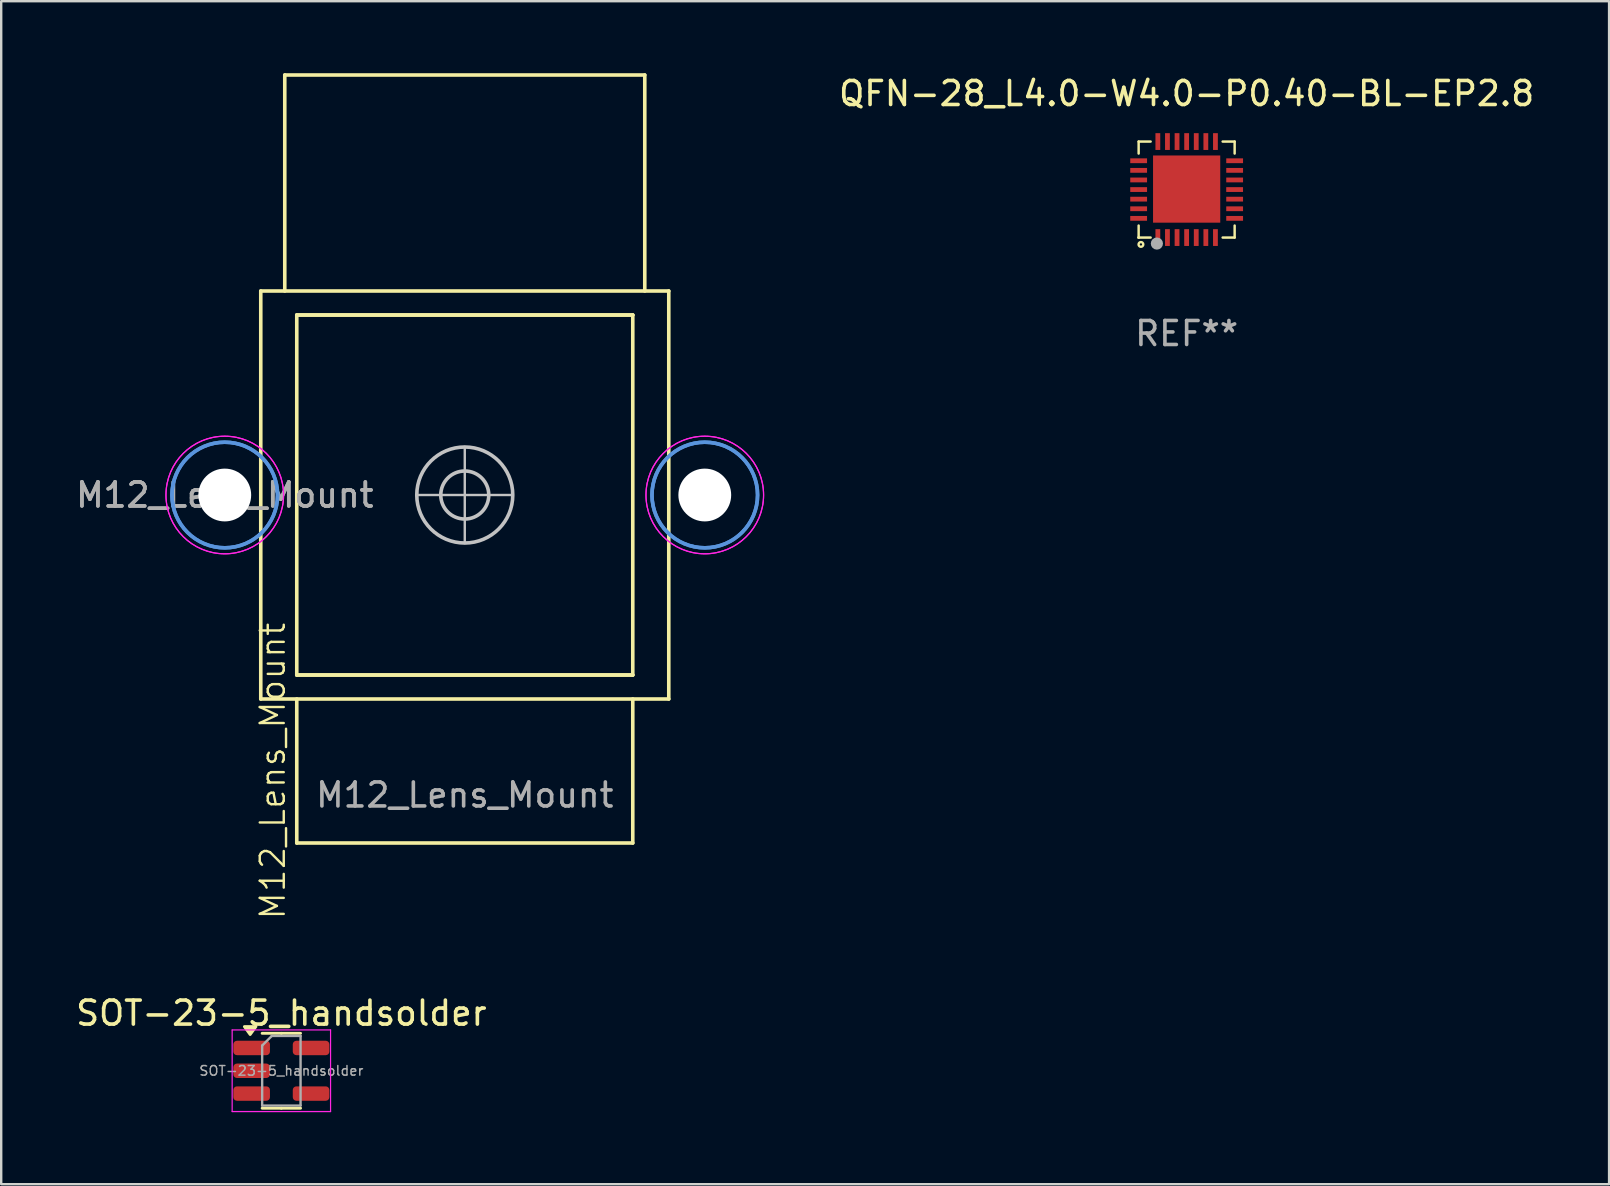
<source format=kicad_pcb>
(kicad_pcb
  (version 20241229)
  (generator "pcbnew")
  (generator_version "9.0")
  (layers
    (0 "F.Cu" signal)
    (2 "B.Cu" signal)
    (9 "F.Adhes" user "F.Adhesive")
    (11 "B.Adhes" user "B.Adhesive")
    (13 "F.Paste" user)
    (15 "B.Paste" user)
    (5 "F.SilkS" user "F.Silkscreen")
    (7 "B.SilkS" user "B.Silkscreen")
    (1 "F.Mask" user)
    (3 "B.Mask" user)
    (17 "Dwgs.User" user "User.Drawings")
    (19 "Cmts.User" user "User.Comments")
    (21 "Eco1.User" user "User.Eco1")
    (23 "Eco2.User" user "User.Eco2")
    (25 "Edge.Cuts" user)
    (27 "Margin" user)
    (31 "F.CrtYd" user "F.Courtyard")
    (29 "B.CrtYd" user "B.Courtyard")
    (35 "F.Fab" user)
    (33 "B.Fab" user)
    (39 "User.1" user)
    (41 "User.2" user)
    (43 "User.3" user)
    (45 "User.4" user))
  (footprint "M12_Lens_Mount"
    (layer "F.Cu")
    (at 16.315 17.575)
    (property "Reference" "M12_Lens_Mount" (at -8 11.5 90) (unlocked yes) (layer "F.SilkS") (effects (font (size 1 1) (thickness 0.1))))
    (fp_line (start -8.5 -8.5) (end -8.5 8.5) (stroke (width 0.15) (type default)) (layer "F.SilkS"))
    (fp_line (start -8.5 -8.5) (end 8.5 -8.5) (stroke (width 0.15) (type default)) (layer "F.SilkS"))
    (fp_line (start -7.5 -8.5) (end -7.5 -17.5) (stroke (width 0.15) (type default)) (layer "F.SilkS"))
    (fp_line (start -7 -7.5) (end 7 -7.5) (stroke (width 0.15) (type default)) (layer "F.SilkS"))
    (fp_line (start -7 -7.5) (end 7 -7.5) (stroke (width 0.15) (type default)) (layer "F.SilkS"))
    (fp_line (start -7 7.5) (end -7 -7.5) (stroke (width 0.15) (type default)) (layer "F.SilkS"))
    (fp_line (start -7 7.5) (end 7 7.5) (stroke (width 0.15) (type default)) (layer "F.SilkS"))
    (fp_line (start -7 8.5) (end -7 14.5) (stroke (width 0.15) (type default)) (layer "F.SilkS"))
    (fp_line (start -7 14.5) (end 7 14.5) (stroke (width 0.15) (type default)) (layer "F.SilkS"))
    (fp_line (start 7 -7.5) (end 7 7.5) (stroke (width 0.15) (type default)) (layer "F.SilkS"))
    (fp_line (start 7 7.5) (end -7 7.5) (stroke (width 0.15) (type default)) (layer "F.SilkS"))
    (fp_line (start 7 14.5) (end 7 8.5) (stroke (width 0.15) (type default)) (layer "F.SilkS"))
    (fp_line (start 7.5 -17.5) (end -7.5 -17.5) (stroke (width 0.15) (type default)) (layer "F.SilkS"))
    (fp_line (start 7.5 -8.5) (end 7.5 -17.5) (stroke (width 0.15) (type default)) (layer "F.SilkS"))
    (fp_line (start 8.5 8.5) (end -8.5 8.5) (stroke (width 0.15) (type default)) (layer "F.SilkS"))
    (fp_line (start 8.5 8.5) (end 8.5 -8.5) (stroke (width 0.15) (type default)) (layer "F.SilkS"))
    (fp_line (start 0 -2) (end 0 2) (stroke (width 0.1) (type default)) (layer "Dwgs.User"))
    (fp_line (start 2 0) (end -2 0) (stroke (width 0.1) (type default)) (layer "Dwgs.User"))
    (fp_circle (center 0 0) (end 1 0) (stroke (width 0.15) (type default)) (fill no) (layer "Dwgs.User"))
    (fp_circle (center 0 0) (end 2 0) (stroke (width 0.15) (type default)) (fill no) (layer "Dwgs.User"))
    (fp_circle (center -10 0) (end -10 -2.2) (stroke (width 0.15) (type solid)) (fill no) (layer "Cmts.User"))
    (fp_circle (center -10 0) (end -10 -2.2) (stroke (width 0.15) (type solid)) (fill no) (layer "Cmts.User"))
    (fp_circle (center 10 0) (end 10 -2.2) (stroke (width 0.15) (type solid)) (fill no) (layer "Cmts.User"))
    (fp_circle (center 10 0) (end 10 -2.2) (stroke (width 0.15) (type solid)) (fill no) (layer "Cmts.User"))
    (fp_circle (center -10 0) (end -10 -2.45) (stroke (width 0.05) (type solid)) (fill no) (layer "F.CrtYd"))
    (fp_circle (center -10 0) (end -10 -2.45) (stroke (width 0.05) (type solid)) (fill no) (layer "F.CrtYd"))
    (fp_circle (center 10 0) (end 10 -2.45) (stroke (width 0.05) (type solid)) (fill no) (layer "F.CrtYd"))
    (fp_circle (center 10 0) (end 10 -2.45) (stroke (width 0.05) (type solid)) (fill no) (layer "F.CrtYd"))
    (fp_text user "${REFERENCE}" (at -10 0 0) (layer "F.Fab") (effects (font (size 1 1) (thickness 0.15))))
    (fp_text user "${REFERENCE}" (at 0 12.5 0) (unlocked yes) (layer "F.Fab") (effects (font (size 1 1) (thickness 0.15))))
    (fp_text user "${REFERENCE}" (at -10 0 0) (layer "F.Fab") (effects (font (size 1 1) (thickness 0.15))))
    (pad "" np_thru_hole circle (at -10 0) (size 2.2 2.2) (drill 2.2) (layers "*.Cu" "*.Mask"))
    (pad "" np_thru_hole circle (at 10 0) (size 2.2 2.2) (drill 2.2) (layers "*.Cu" "*.Mask"))
    (zone (net_name "") (layer "User.6") (hatch edge 0.5) (connect_pads) (min_thickness 0.25) (filled_areas_thickness no) (keepout (tracks allowed) (vias allowed) (pads allowed) (copperpour allowed) (footprints not_allowed)) (placement (enabled no)) (fill) (polygon (pts (xy 8.815 9.075) (xy 8.815 0.075) (xy 23.815 0.075) (xy 23.815 9.075))))
    (zone (net_name "") (layer "User.6") (hatch edge 0.5) (connect_pads) (min_thickness 0.25) (filled_areas_thickness no) (keepout (tracks allowed) (vias allowed) (pads allowed) (copperpour allowed) (footprints not_allowed)) (placement (enabled no)) (fill) (polygon (pts (xy 24.815 9.075) (xy 7.815 9.075) (xy 7.815 26.075) (xy 9.315 26.075) (xy 9.315 10.075) (xy 23.315 10.075) (xy 23.315 26.075) (xy 24.815 26.075)))))
  (footprint "QFN-28_L4.0-W4.0-P0.40-BL-EP2.8"
    (layer "F.Cu")
    (at 46.392 4.848)
    (property "Reference" "QFN-28_L4.0-W4.0-P0.40-BL-EP2.8" (at 0 -4 0) (layer "F.SilkS") (effects (font (size 1 1) (thickness 0.15))))
    (attr smd)
    (fp_line (start -2 -2) (end -1.5 -2) (stroke (width 0.102) (type solid)) (layer "F.SilkS"))
    (fp_line (start -2 -1.5) (end -2 -2) (stroke (width 0.102) (type solid)) (layer "F.SilkS"))
    (fp_line (start -2 2) (end -2 1.5) (stroke (width 0.102) (type solid)) (layer "F.SilkS"))
    (fp_line (start -1.5 2) (end -2 2) (stroke (width 0.102) (type solid)) (layer "F.SilkS"))
    (fp_line (start 1.5 -2) (end 2 -2) (stroke (width 0.102) (type solid)) (layer "F.SilkS"))
    (fp_line (start 2 -2) (end 2 -1.5) (stroke (width 0.102) (type solid)) (layer "F.SilkS"))
    (fp_line (start 2 1.5) (end 2 2) (stroke (width 0.102) (type solid)) (layer "F.SilkS"))
    (fp_line (start 2 2) (end 1.5 2) (stroke (width 0.102) (type solid)) (layer "F.SilkS"))
    (fp_circle (center -2 2) (end -1.97 2) (stroke (width 0.06) (type solid)) (fill no) (layer "F.SilkS"))
    (fp_circle (center -1.905 2.286) (end -1.806 2.286) (stroke (width 0.1) (type solid)) (fill no) (layer "F.SilkS"))
    (fp_circle (center -1.24 2.25) (end -1.113 2.25) (stroke (width 0.254) (type solid)) (fill no) (layer "F.Fab"))
    (fp_text user "REF**" (at 0 6 0) (layer "F.Fab") (effects (font (size 1 1) (thickness 0.15))))
    (pad "1" smd rect (at -1.2 2) (size 0.2 0.7) (layers "F.Cu" "F.Mask" "F.Paste"))
    (pad "2" smd rect (at -0.8 2) (size 0.2 0.7) (layers "F.Cu" "F.Mask" "F.Paste"))
    (pad "3" smd rect (at -0.4 2) (size 0.2 0.7) (layers "F.Cu" "F.Mask" "F.Paste"))
    (pad "4" smd rect (at -0.001 2) (size 0.2 0.7) (layers "F.Cu" "F.Mask" "F.Paste"))
    (pad "5" smd rect (at 0.4 2) (size 0.2 0.7) (layers "F.Cu" "F.Mask" "F.Paste"))
    (pad "6" smd rect (at 0.8 2) (size 0.2 0.7) (layers "F.Cu" "F.Mask" "F.Paste"))
    (pad "7" smd rect (at 1.2 2) (size 0.2 0.7) (layers "F.Cu" "F.Mask" "F.Paste"))
    (pad "8" smd rect (at 2 1.2) (size 0.7 0.2) (layers "F.Cu" "F.Mask" "F.Paste"))
    (pad "9" smd rect (at 2 0.8) (size 0.7 0.2) (layers "F.Cu" "F.Mask" "F.Paste"))
    (pad "10" smd rect (at 2 0.4) (size 0.7 0.2) (layers "F.Cu" "F.Mask" "F.Paste"))
    (pad "11" smd rect (at 1.999 0) (size 0.7 0.2) (layers "F.Cu" "F.Mask" "F.Paste"))
    (pad "12" smd rect (at 2 -0.4) (size 0.7 0.2) (layers "F.Cu" "F.Mask" "F.Paste"))
    (pad "13" smd rect (at 2 -0.8) (size 0.7 0.2) (layers "F.Cu" "F.Mask" "F.Paste"))
    (pad "14" smd rect (at 2 -1.2) (size 0.7 0.2) (layers "F.Cu" "F.Mask" "F.Paste"))
    (pad "15" smd rect (at 1.2 -2) (size 0.2 0.7) (layers "F.Cu" "F.Mask" "F.Paste"))
    (pad "16" smd rect (at 0.8 -2) (size 0.2 0.7) (layers "F.Cu" "F.Mask" "F.Paste"))
    (pad "17" smd rect (at 0.4 -2) (size 0.2 0.7) (layers "F.Cu" "F.Mask" "F.Paste"))
    (pad "18" smd rect (at 0 -2) (size 0.2 0.7) (layers "F.Cu" "F.Mask" "F.Paste"))
    (pad "19" smd rect (at -0.4 -2) (size 0.2 0.7) (layers "F.Cu" "F.Mask" "F.Paste"))
    (pad "20" smd rect (at -0.8 -2) (size 0.2 0.7) (layers "F.Cu" "F.Mask" "F.Paste"))
    (pad "21" smd rect (at -1.2 -2) (size 0.2 0.7) (layers "F.Cu" "F.Mask" "F.Paste"))
    (pad "22" smd rect (at -2 -1.2) (size 0.7 0.2) (layers "F.Cu" "F.Mask" "F.Paste"))
    (pad "23" smd rect (at -2 -0.8) (size 0.7 0.2) (layers "F.Cu" "F.Mask" "F.Paste"))
    (pad "24" smd rect (at -2 -0.4) (size 0.7 0.2) (layers "F.Cu" "F.Mask" "F.Paste"))
    (pad "25" smd rect (at -2 0) (size 0.7 0.2) (layers "F.Cu" "F.Mask" "F.Paste"))
    (pad "26" smd rect (at -2 0.4) (size 0.7 0.2) (layers "F.Cu" "F.Mask" "F.Paste"))
    (pad "27" smd rect (at -2 0.8) (size 0.7 0.2) (layers "F.Cu" "F.Mask" "F.Paste"))
    (pad "28" smd rect (at -2 1.2) (size 0.7 0.2) (layers "F.Cu" "F.Mask" "F.Paste"))
    (pad "29" smd rect (at 0.000254 -0.02) (size 2.8 2.8) (layers "F.Cu" "F.Mask" "F.Paste")))
  (footprint "SOT-23-5_handsolder"
    (layer "F.Cu")
    (at 8.673 41.564)
    (property "Reference" "SOT-23-5_handsolder" (at 0 -2.4 0) (layer "F.SilkS") (effects (font (size 1 1) (thickness 0.15))))
    (attr smd)
    (fp_line (start 0 -1.56) (end -0.8 -1.56) (stroke (width 0.12) (type solid)) (layer "F.SilkS"))
    (fp_line (start 0 -1.56) (end 0.8 -1.56) (stroke (width 0.12) (type solid)) (layer "F.SilkS"))
    (fp_line (start 0 1.56) (end -0.8 1.56) (stroke (width 0.12) (type solid)) (layer "F.SilkS"))
    (fp_line (start 0 1.56) (end 0.8 1.56) (stroke (width 0.12) (type solid)) (layer "F.SilkS"))
    (fp_poly (pts (xy -1.3 -1.51) (xy -1.54 -1.84) (xy -1.06 -1.84) (xy -1.3 -1.51)) (stroke (width 0.12) (type solid)) (fill yes) (layer "F.SilkS"))
    (fp_line (start -2.05 -1.7) (end -2.05 1.7) (stroke (width 0.05) (type solid)) (layer "F.CrtYd"))
    (fp_line (start -2.05 1.7) (end 2.05 1.7) (stroke (width 0.05) (type solid)) (layer "F.CrtYd"))
    (fp_line (start 2.05 -1.7) (end -2.05 -1.7) (stroke (width 0.05) (type solid)) (layer "F.CrtYd"))
    (fp_line (start 2.05 1.7) (end 2.05 -1.7) (stroke (width 0.05) (type solid)) (layer "F.CrtYd"))
    (fp_line (start -0.8 -1.05) (end -0.4 -1.45) (stroke (width 0.1) (type solid)) (layer "F.Fab"))
    (fp_line (start -0.8 1.45) (end -0.8 -1.05) (stroke (width 0.1) (type solid)) (layer "F.Fab"))
    (fp_line (start -0.4 -1.45) (end 0.8 -1.45) (stroke (width 0.1) (type solid)) (layer "F.Fab"))
    (fp_line (start 0.8 -1.45) (end 0.8 1.45) (stroke (width 0.1) (type solid)) (layer "F.Fab"))
    (fp_line (start 0.8 1.45) (end -0.8 1.45) (stroke (width 0.1) (type solid)) (layer "F.Fab"))
    (fp_text user "${REFERENCE}" (at 0 0 0) (layer "F.Fab") (effects (font (size 0.4 0.4) (thickness 0.06))))
    (pad "1" smd roundrect (at -1.238 -0.95) (size 1.525 0.6) (layers "F.Cu" "F.Mask" "F.Paste") (roundrect_rratio 0.25))
    (pad "2" smd roundrect (at -1.238 0) (size 1.525 0.6) (layers "F.Cu" "F.Mask" "F.Paste") (roundrect_rratio 0.25))
    (pad "3" smd roundrect (at -1.238 0.95) (size 1.525 0.6) (layers "F.Cu" "F.Mask" "F.Paste") (roundrect_rratio 0.25))
    (pad "4" smd roundrect (at 1.238 0.95) (size 1.525 0.6) (layers "F.Cu" "F.Mask" "F.Paste") (roundrect_rratio 0.25))
    (pad "5" smd roundrect (at 1.238 -0.95) (size 1.525 0.6) (layers "F.Cu" "F.Mask" "F.Paste") (roundrect_rratio 0.25)))
  (gr_rect
    (start -3 -3)
    (end 63.993 46.289)
    (stroke (width 0.1) (type default))
    (fill no)
    (layer "Edge.Cuts")))
</source>
